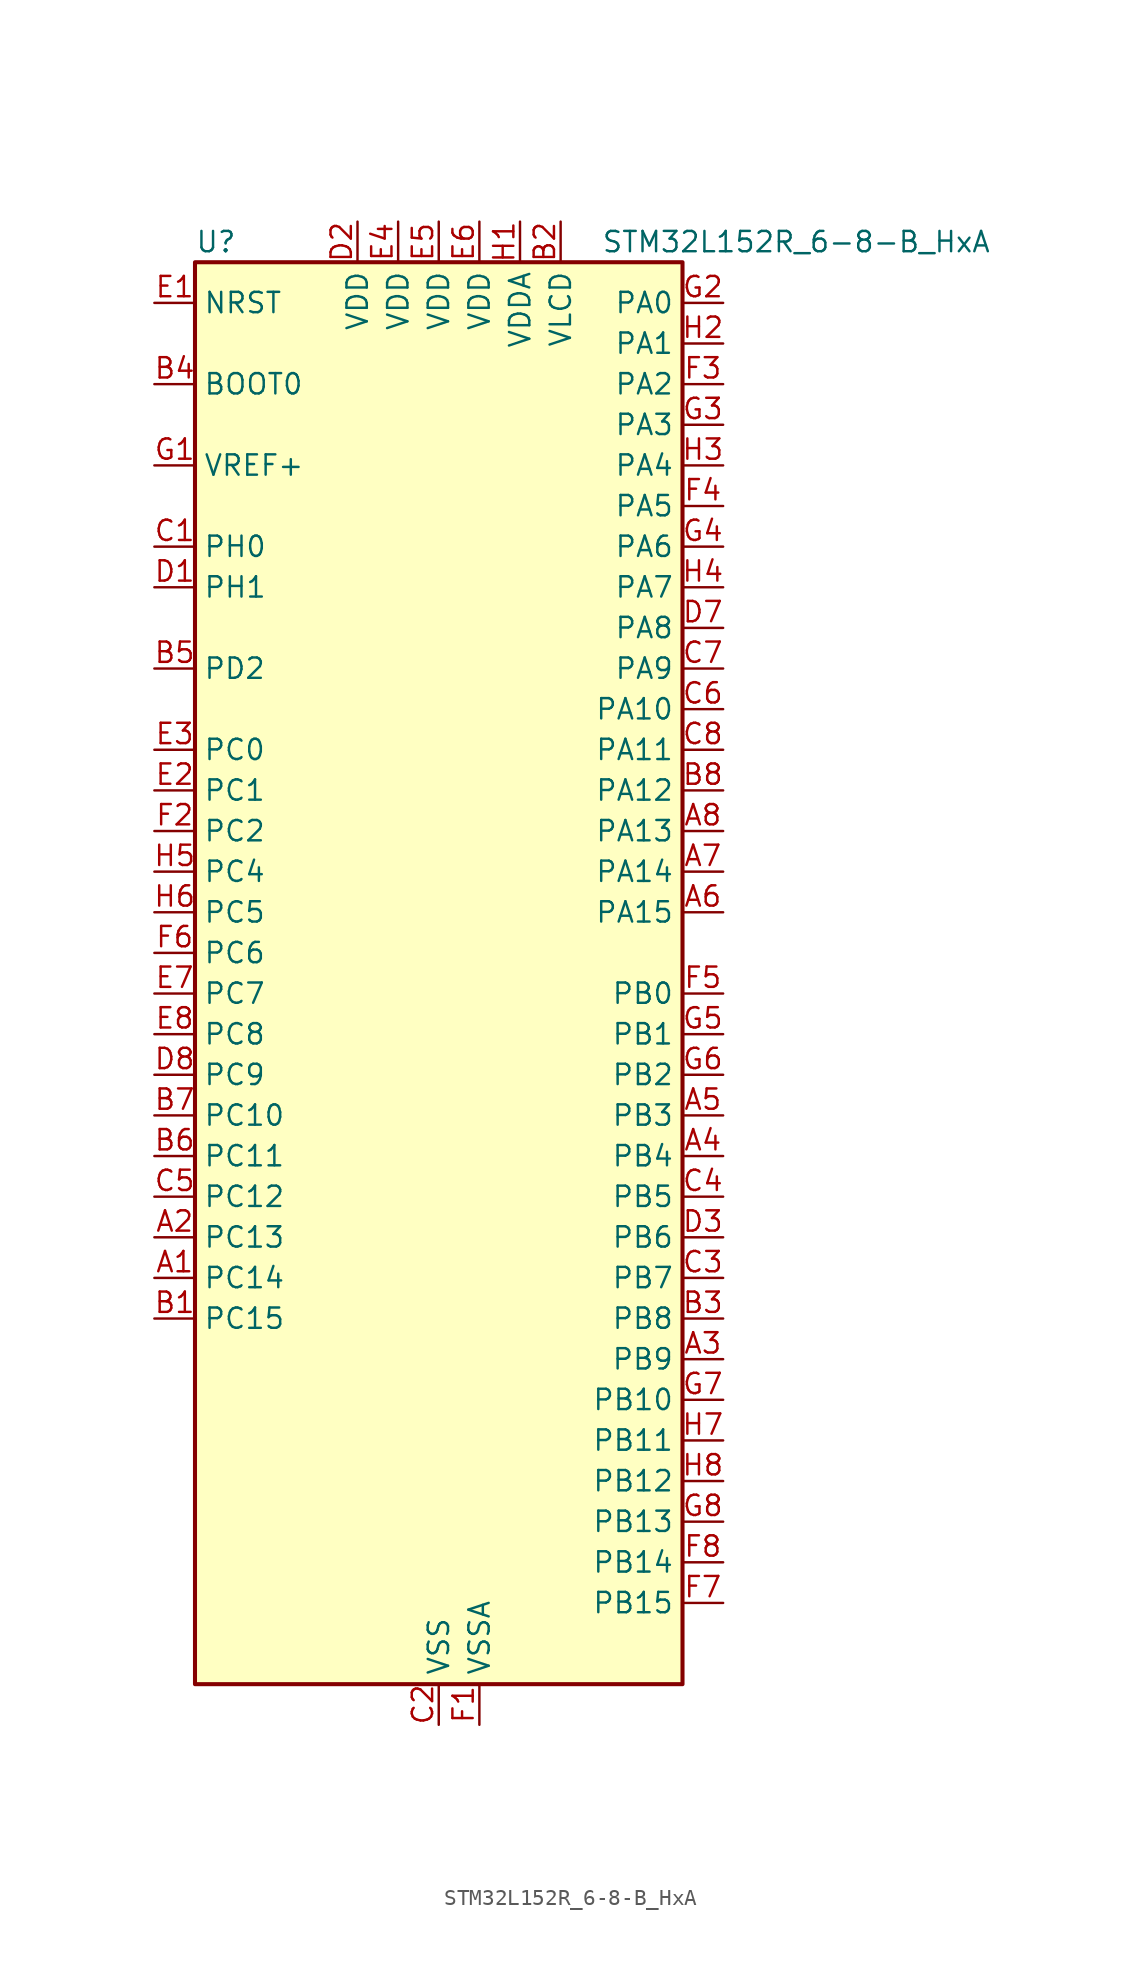
<source format=kicad_sym>
(kicad_symbol_lib
  (version 20231120)
  (generator "kicad-library-utils")
  (generator_version "8.0")
  (symbol "STM32L152R_6-8-B_HxA"
    (property "Reference" "U"
      (at -15.24 46.99 0)
      (effects (font (size 1.27 1.27)) (justify left)))
    (property "Value" "STM32L152R_6-8-B_HxA"
      (at 10.16 46.99 0)
      (effects (font (size 1.27 1.27)) (justify left)))
    (symbol "STM32L152R_6-8-B_HxA_0_1"
      (rectangle (start -15.24 -43.18) (end 15.24 45.72) (stroke (width 0.254) (type default)) (fill (type background))))
    (symbol "STM32L152R_6-8-B_HxA_1_1"
      (pin bidirectional line (at -17.78 -17.78 0) (length 2.54) (name "PC14" (effects (font (size 1.27 1.27)))) (number "A1" (effects (font (size 1.27 1.27)))) (alternate "RCC_OSC32_IN" bidirectional line) (alternate "TIMX_IC3" bidirectional line))
      (pin bidirectional line (at -17.78 -15.24 0) (length 2.54) (name "PC13" (effects (font (size 1.27 1.27)))) (number "A2" (effects (font (size 1.27 1.27)))) (alternate "RTC_OUT_ALARM" bidirectional line) (alternate "RTC_OUT_CALIB" bidirectional line) (alternate "RTC_TAMP1" bidirectional line) (alternate "RTC_TS" bidirectional line) (alternate "SYS_WKUP2" bidirectional line) (alternate "TIMX_IC2" bidirectional line))
      (pin bidirectional line (at 17.78 -22.86 180) (length 2.54) (name "PB9" (effects (font (size 1.27 1.27)))) (number "A3" (effects (font (size 1.27 1.27)))) (alternate "DAC_EXTI9" bidirectional line) (alternate "I2C1_SDA" bidirectional line) (alternate "LCD_COM3" bidirectional line) (alternate "TIM11_CH1" bidirectional line) (alternate "TIM4_CH4" bidirectional line))
      (pin bidirectional line (at 17.78 -10.16 180) (length 2.54) (name "PB4" (effects (font (size 1.27 1.27)))) (number "A4" (effects (font (size 1.27 1.27)))) (alternate "COMP2_INP" bidirectional line) (alternate "LCD_SEG8" bidirectional line) (alternate "SPI1_MISO" bidirectional line) (alternate "SYS_JTRST" bidirectional line) (alternate "TIM3_CH1" bidirectional line) (alternate "TS_G6_IO1" bidirectional line))
      (pin bidirectional line (at 17.78 -7.62 180) (length 2.54) (name "PB3" (effects (font (size 1.27 1.27)))) (number "A5" (effects (font (size 1.27 1.27)))) (alternate "COMP2_INM" bidirectional line) (alternate "LCD_SEG7" bidirectional line) (alternate "SPI1_SCK" bidirectional line) (alternate "SYS_JTDO-TRACESWO" bidirectional line) (alternate "TIM2_CH2" bidirectional line))
      (pin bidirectional line (at 17.78 5.08 180) (length 2.54) (name "PA15" (effects (font (size 1.27 1.27)))) (number "A6" (effects (font (size 1.27 1.27)))) (alternate "ADC_EXTI15" bidirectional line) (alternate "LCD_SEG17" bidirectional line) (alternate "SPI1_NSS" bidirectional line) (alternate "SYS_JTDI" bidirectional line) (alternate "TIM2_CH1" bidirectional line) (alternate "TIM2_ETR" bidirectional line) (alternate "TIMX_IC4" bidirectional line) (alternate "TS_G5_IO3" bidirectional line))
      (pin bidirectional line (at 17.78 7.62 180) (length 2.54) (name "PA14" (effects (font (size 1.27 1.27)))) (number "A7" (effects (font (size 1.27 1.27)))) (alternate "SYS_JTCK-SWCLK" bidirectional line) (alternate "TIMX_IC3" bidirectional line) (alternate "TS_G5_IO2" bidirectional line))
      (pin bidirectional line (at 17.78 10.16 180) (length 2.54) (name "PA13" (effects (font (size 1.27 1.27)))) (number "A8" (effects (font (size 1.27 1.27)))) (alternate "SYS_JTMS-SWDIO" bidirectional line) (alternate "TIMX_IC2" bidirectional line) (alternate "TS_G5_IO1" bidirectional line))
      (pin bidirectional line (at -17.78 -20.32 0) (length 2.54) (name "PC15" (effects (font (size 1.27 1.27)))) (number "B1" (effects (font (size 1.27 1.27)))) (alternate "ADC_EXTI15" bidirectional line) (alternate "RCC_OSC32_OUT" bidirectional line) (alternate "TIMX_IC4" bidirectional line))
      (pin power_in line (at 7.62 48.26 270) (length 2.54) (name "VLCD" (effects (font (size 1.27 1.27)))) (number "B2" (effects (font (size 1.27 1.27)))))
      (pin bidirectional line (at 17.78 -20.32 180) (length 2.54) (name "PB8" (effects (font (size 1.27 1.27)))) (number "B3" (effects (font (size 1.27 1.27)))) (alternate "I2C1_SCL" bidirectional line) (alternate "LCD_SEG16" bidirectional line) (alternate "TIM10_CH1" bidirectional line) (alternate "TIM4_CH3" bidirectional line))
      (pin input line (at -17.78 38.1 0) (length 2.54) (name "BOOT0" (effects (font (size 1.27 1.27)))) (number "B4" (effects (font (size 1.27 1.27)))))
      (pin bidirectional line (at -17.78 20.32 0) (length 2.54) (name "PD2" (effects (font (size 1.27 1.27)))) (number "B5" (effects (font (size 1.27 1.27)))) (alternate "LCD_COM7" bidirectional line) (alternate "LCD_SEG31" bidirectional line) (alternate "LCD_SEG43" bidirectional line) (alternate "TIM3_ETR" bidirectional line) (alternate "TIMX_IC3" bidirectional line))
      (pin bidirectional line (at -17.78 -10.16 0) (length 2.54) (name "PC11" (effects (font (size 1.27 1.27)))) (number "B6" (effects (font (size 1.27 1.27)))) (alternate "ADC_EXTI11" bidirectional line) (alternate "LCD_COM5" bidirectional line) (alternate "LCD_SEG29" bidirectional line) (alternate "LCD_SEG41" bidirectional line) (alternate "TIMX_IC4" bidirectional line) (alternate "USART3_RX" bidirectional line))
      (pin bidirectional line (at -17.78 -7.62 0) (length 2.54) (name "PC10" (effects (font (size 1.27 1.27)))) (number "B7" (effects (font (size 1.27 1.27)))) (alternate "LCD_COM4" bidirectional line) (alternate "LCD_SEG28" bidirectional line) (alternate "LCD_SEG40" bidirectional line) (alternate "TIMX_IC3" bidirectional line) (alternate "USART3_TX" bidirectional line))
      (pin bidirectional line (at 17.78 12.7 180) (length 2.54) (name "PA12" (effects (font (size 1.27 1.27)))) (number "B8" (effects (font (size 1.27 1.27)))) (alternate "SPI1_MOSI" bidirectional line) (alternate "TIMX_IC1" bidirectional line) (alternate "USART1_RTS" bidirectional line) (alternate "USB_DP" bidirectional line))
      (pin bidirectional line (at -17.78 27.94 0) (length 2.54) (name "PH0" (effects (font (size 1.27 1.27)))) (number "C1" (effects (font (size 1.27 1.27)))) (alternate "RCC_OSC_IN" bidirectional line))
      (pin power_in line (at 0 -45.72 90) (length 2.54) (name "VSS" (effects (font (size 1.27 1.27)))) (number "C2" (effects (font (size 1.27 1.27)))))
      (pin bidirectional line (at 17.78 -17.78 180) (length 2.54) (name "PB7" (effects (font (size 1.27 1.27)))) (number "C3" (effects (font (size 1.27 1.27)))) (alternate "I2C1_SDA" bidirectional line) (alternate "SYS_PVD_IN" bidirectional line) (alternate "TIM4_CH2" bidirectional line) (alternate "TS_G6_IO4" bidirectional line) (alternate "USART1_RX" bidirectional line))
      (pin bidirectional line (at 17.78 -12.7 180) (length 2.54) (name "PB5" (effects (font (size 1.27 1.27)))) (number "C4" (effects (font (size 1.27 1.27)))) (alternate "COMP2_INP" bidirectional line) (alternate "I2C1_SMBA" bidirectional line) (alternate "LCD_SEG9" bidirectional line) (alternate "SPI1_MOSI" bidirectional line) (alternate "TIM3_CH2" bidirectional line) (alternate "TS_G6_IO2" bidirectional line))
      (pin bidirectional line (at -17.78 -12.7 0) (length 2.54) (name "PC12" (effects (font (size 1.27 1.27)))) (number "C5" (effects (font (size 1.27 1.27)))) (alternate "LCD_COM6" bidirectional line) (alternate "LCD_SEG30" bidirectional line) (alternate "LCD_SEG42" bidirectional line) (alternate "TIMX_IC1" bidirectional line) (alternate "USART3_CK" bidirectional line))
      (pin bidirectional line (at 17.78 17.78 180) (length 2.54) (name "PA10" (effects (font (size 1.27 1.27)))) (number "C6" (effects (font (size 1.27 1.27)))) (alternate "LCD_COM2" bidirectional line) (alternate "TIMX_IC3" bidirectional line) (alternate "TS_G4_IO3" bidirectional line) (alternate "USART1_RX" bidirectional line))
      (pin bidirectional line (at 17.78 20.32 180) (length 2.54) (name "PA9" (effects (font (size 1.27 1.27)))) (number "C7" (effects (font (size 1.27 1.27)))) (alternate "DAC_EXTI9" bidirectional line) (alternate "LCD_COM1" bidirectional line) (alternate "TIMX_IC2" bidirectional line) (alternate "TS_G4_IO2" bidirectional line) (alternate "USART1_TX" bidirectional line))
      (pin bidirectional line (at 17.78 15.24 180) (length 2.54) (name "PA11" (effects (font (size 1.27 1.27)))) (number "C8" (effects (font (size 1.27 1.27)))) (alternate "ADC_EXTI11" bidirectional line) (alternate "SPI1_MISO" bidirectional line) (alternate "TIMX_IC4" bidirectional line) (alternate "USART1_CTS" bidirectional line) (alternate "USB_DM" bidirectional line))
      (pin bidirectional line (at -17.78 25.4 0) (length 2.54) (name "PH1" (effects (font (size 1.27 1.27)))) (number "D1" (effects (font (size 1.27 1.27)))) (alternate "RCC_OSC_OUT" bidirectional line))
      (pin power_in line (at -5.08 48.26 270) (length 2.54) (name "VDD" (effects (font (size 1.27 1.27)))) (number "D2" (effects (font (size 1.27 1.27)))))
      (pin bidirectional line (at 17.78 -15.24 180) (length 2.54) (name "PB6" (effects (font (size 1.27 1.27)))) (number "D3" (effects (font (size 1.27 1.27)))) (alternate "I2C1_SCL" bidirectional line) (alternate "TIM4_CH1" bidirectional line) (alternate "TS_G6_IO3" bidirectional line) (alternate "USART1_TX" bidirectional line))
      (pin passive line (at 0 -45.72 90) (length 2.54) hide (name "VSS" (effects (font (size 1.27 1.27)))) (number "D4" (effects (font (size 1.27 1.27)))))
      (pin passive line (at 0 -45.72 90) (length 2.54) hide (name "VSS" (effects (font (size 1.27 1.27)))) (number "D5" (effects (font (size 1.27 1.27)))))
      (pin passive line (at 0 -45.72 90) (length 2.54) hide (name "VSS" (effects (font (size 1.27 1.27)))) (number "D6" (effects (font (size 1.27 1.27)))))
      (pin bidirectional line (at 17.78 22.86 180) (length 2.54) (name "PA8" (effects (font (size 1.27 1.27)))) (number "D7" (effects (font (size 1.27 1.27)))) (alternate "LCD_COM0" bidirectional line) (alternate "RCC_MCO" bidirectional line) (alternate "TIMX_IC1" bidirectional line) (alternate "TS_G4_IO1" bidirectional line) (alternate "USART1_CK" bidirectional line))
      (pin bidirectional line (at -17.78 -5.08 0) (length 2.54) (name "PC9" (effects (font (size 1.27 1.27)))) (number "D8" (effects (font (size 1.27 1.27)))) (alternate "DAC_EXTI9" bidirectional line) (alternate "LCD_SEG27" bidirectional line) (alternate "TIM3_CH4" bidirectional line) (alternate "TIMX_IC2" bidirectional line) (alternate "TS_G10_IO4" bidirectional line))
      (pin input line (at -17.78 43.18 0) (length 2.54) (name "NRST" (effects (font (size 1.27 1.27)))) (number "E1" (effects (font (size 1.27 1.27)))))
      (pin bidirectional line (at -17.78 12.7 0) (length 2.54) (name "PC1" (effects (font (size 1.27 1.27)))) (number "E2" (effects (font (size 1.27 1.27)))) (alternate "ADC_IN11" bidirectional line) (alternate "COMP1_INP" bidirectional line) (alternate "LCD_SEG19" bidirectional line) (alternate "TIMX_IC2" bidirectional line) (alternate "TS_G8_IO2" bidirectional line))
      (pin bidirectional line (at -17.78 15.24 0) (length 2.54) (name "PC0" (effects (font (size 1.27 1.27)))) (number "E3" (effects (font (size 1.27 1.27)))) (alternate "ADC_IN10" bidirectional line) (alternate "COMP1_INP" bidirectional line) (alternate "LCD_SEG18" bidirectional line) (alternate "TIMX_IC1" bidirectional line) (alternate "TS_G8_IO1" bidirectional line))
      (pin power_in line (at -2.54 48.26 270) (length 2.54) (name "VDD" (effects (font (size 1.27 1.27)))) (number "E4" (effects (font (size 1.27 1.27)))))
      (pin power_in line (at 0 48.26 270) (length 2.54) (name "VDD" (effects (font (size 1.27 1.27)))) (number "E5" (effects (font (size 1.27 1.27)))))
      (pin power_in line (at 2.54 48.26 270) (length 2.54) (name "VDD" (effects (font (size 1.27 1.27)))) (number "E6" (effects (font (size 1.27 1.27)))))
      (pin bidirectional line (at -17.78 0 0) (length 2.54) (name "PC7" (effects (font (size 1.27 1.27)))) (number "E7" (effects (font (size 1.27 1.27)))) (alternate "LCD_SEG25" bidirectional line) (alternate "TIM3_CH2" bidirectional line) (alternate "TIMX_IC4" bidirectional line) (alternate "TS_G10_IO2" bidirectional line))
      (pin bidirectional line (at -17.78 -2.54 0) (length 2.54) (name "PC8" (effects (font (size 1.27 1.27)))) (number "E8" (effects (font (size 1.27 1.27)))) (alternate "LCD_SEG26" bidirectional line) (alternate "TIM3_CH3" bidirectional line) (alternate "TIMX_IC1" bidirectional line) (alternate "TS_G10_IO3" bidirectional line))
      (pin power_in line (at 2.54 -45.72 90) (length 2.54) (name "VSSA" (effects (font (size 1.27 1.27)))) (number "F1" (effects (font (size 1.27 1.27)))))
      (pin bidirectional line (at -17.78 10.16 0) (length 2.54) (name "PC2" (effects (font (size 1.27 1.27)))) (number "F2" (effects (font (size 1.27 1.27)))) (alternate "ADC_IN12" bidirectional line) (alternate "COMP1_INP" bidirectional line) (alternate "LCD_SEG20" bidirectional line) (alternate "TIMX_IC3" bidirectional line) (alternate "TS_G8_IO3" bidirectional line))
      (pin bidirectional line (at 17.78 38.1 180) (length 2.54) (name "PA2" (effects (font (size 1.27 1.27)))) (number "F3" (effects (font (size 1.27 1.27)))) (alternate "ADC_IN2" bidirectional line) (alternate "COMP1_INP" bidirectional line) (alternate "LCD_SEG1" bidirectional line) (alternate "TIM2_CH3" bidirectional line) (alternate "TIM9_CH1" bidirectional line) (alternate "TIMX_IC3" bidirectional line) (alternate "TS_G1_IO3" bidirectional line) (alternate "USART2_TX" bidirectional line))
      (pin bidirectional line (at 17.78 30.48 180) (length 2.54) (name "PA5" (effects (font (size 1.27 1.27)))) (number "F4" (effects (font (size 1.27 1.27)))) (alternate "ADC_IN5" bidirectional line) (alternate "COMP1_INP" bidirectional line) (alternate "DAC_OUT2" bidirectional line) (alternate "SPI1_SCK" bidirectional line) (alternate "TIM2_CH1" bidirectional line) (alternate "TIM2_ETR" bidirectional line) (alternate "TIMX_IC2" bidirectional line))
      (pin bidirectional line (at 17.78 0 180) (length 2.54) (name "PB0" (effects (font (size 1.27 1.27)))) (number "F5" (effects (font (size 1.27 1.27)))) (alternate "ADC_IN8" bidirectional line) (alternate "COMP1_INP" bidirectional line) (alternate "LCD_SEG5" bidirectional line) (alternate "SYS_V_REF_OUT" bidirectional line) (alternate "TIM3_CH3" bidirectional line) (alternate "TS_G3_IO1" bidirectional line))
      (pin bidirectional line (at -17.78 2.54 0) (length 2.54) (name "PC6" (effects (font (size 1.27 1.27)))) (number "F6" (effects (font (size 1.27 1.27)))) (alternate "LCD_SEG24" bidirectional line) (alternate "TIM3_CH1" bidirectional line) (alternate "TIMX_IC3" bidirectional line) (alternate "TS_G10_IO1" bidirectional line))
      (pin bidirectional line (at 17.78 -38.1 180) (length 2.54) (name "PB15" (effects (font (size 1.27 1.27)))) (number "F7" (effects (font (size 1.27 1.27)))) (alternate "ADC_EXTI15" bidirectional line) (alternate "ADC_IN21" bidirectional line) (alternate "COMP1_INP" bidirectional line) (alternate "LCD_SEG15" bidirectional line) (alternate "RTC_REFIN" bidirectional line) (alternate "SPI2_MOSI" bidirectional line) (alternate "TIM11_CH1" bidirectional line) (alternate "TS_G7_IO4" bidirectional line))
      (pin bidirectional line (at 17.78 -35.56 180) (length 2.54) (name "PB14" (effects (font (size 1.27 1.27)))) (number "F8" (effects (font (size 1.27 1.27)))) (alternate "ADC_IN20" bidirectional line) (alternate "COMP1_INP" bidirectional line) (alternate "LCD_SEG14" bidirectional line) (alternate "SPI2_MISO" bidirectional line) (alternate "TIM9_CH2" bidirectional line) (alternate "TS_G7_IO3" bidirectional line) (alternate "USART3_RTS" bidirectional line))
      (pin input line (at -17.78 33.02 0) (length 2.54) (name "VREF+" (effects (font (size 1.27 1.27)))) (number "G1" (effects (font (size 1.27 1.27)))))
      (pin bidirectional line (at 17.78 43.18 180) (length 2.54) (name "PA0" (effects (font (size 1.27 1.27)))) (number "G2" (effects (font (size 1.27 1.27)))) (alternate "ADC_IN0" bidirectional line) (alternate "COMP1_INP" bidirectional line) (alternate "RTC_TAMP2" bidirectional line) (alternate "SYS_WKUP1" bidirectional line) (alternate "TIM2_CH1" bidirectional line) (alternate "TIM2_ETR" bidirectional line) (alternate "TIMX_IC1" bidirectional line) (alternate "TS_G1_IO1" bidirectional line) (alternate "USART2_CTS" bidirectional line))
      (pin bidirectional line (at 17.78 35.56 180) (length 2.54) (name "PA3" (effects (font (size 1.27 1.27)))) (number "G3" (effects (font (size 1.27 1.27)))) (alternate "ADC_IN3" bidirectional line) (alternate "COMP1_INP" bidirectional line) (alternate "LCD_SEG2" bidirectional line) (alternate "TIM2_CH4" bidirectional line) (alternate "TIM9_CH2" bidirectional line) (alternate "TIMX_IC4" bidirectional line) (alternate "TS_G1_IO4" bidirectional line) (alternate "USART2_RX" bidirectional line))
      (pin bidirectional line (at 17.78 27.94 180) (length 2.54) (name "PA6" (effects (font (size 1.27 1.27)))) (number "G4" (effects (font (size 1.27 1.27)))) (alternate "ADC_IN6" bidirectional line) (alternate "COMP1_INP" bidirectional line) (alternate "LCD_SEG3" bidirectional line) (alternate "SPI1_MISO" bidirectional line) (alternate "TIM10_CH1" bidirectional line) (alternate "TIM3_CH1" bidirectional line) (alternate "TIMX_IC3" bidirectional line) (alternate "TS_G2_IO1" bidirectional line))
      (pin bidirectional line (at 17.78 -2.54 180) (length 2.54) (name "PB1" (effects (font (size 1.27 1.27)))) (number "G5" (effects (font (size 1.27 1.27)))) (alternate "ADC_IN9" bidirectional line) (alternate "COMP1_INP" bidirectional line) (alternate "LCD_SEG6" bidirectional line) (alternate "SYS_V_REF_OUT" bidirectional line) (alternate "TIM3_CH4" bidirectional line) (alternate "TS_G3_IO2" bidirectional line))
      (pin bidirectional line (at 17.78 -5.08 180) (length 2.54) (name "PB2" (effects (font (size 1.27 1.27)))) (number "G6" (effects (font (size 1.27 1.27)))) (alternate "TS_G3_IO3" bidirectional line))
      (pin bidirectional line (at 17.78 -25.4 180) (length 2.54) (name "PB10" (effects (font (size 1.27 1.27)))) (number "G7" (effects (font (size 1.27 1.27)))) (alternate "I2C2_SCL" bidirectional line) (alternate "LCD_SEG10" bidirectional line) (alternate "TIM2_CH3" bidirectional line) (alternate "USART3_TX" bidirectional line))
      (pin bidirectional line (at 17.78 -33.02 180) (length 2.54) (name "PB13" (effects (font (size 1.27 1.27)))) (number "G8" (effects (font (size 1.27 1.27)))) (alternate "ADC_IN19" bidirectional line) (alternate "COMP1_INP" bidirectional line) (alternate "LCD_SEG13" bidirectional line) (alternate "SPI2_SCK" bidirectional line) (alternate "TIM9_CH1" bidirectional line) (alternate "TS_G7_IO2" bidirectional line) (alternate "USART3_CTS" bidirectional line))
      (pin power_in line (at 5.08 48.26 270) (length 2.54) (name "VDDA" (effects (font (size 1.27 1.27)))) (number "H1" (effects (font (size 1.27 1.27)))))
      (pin bidirectional line (at 17.78 40.64 180) (length 2.54) (name "PA1" (effects (font (size 1.27 1.27)))) (number "H2" (effects (font (size 1.27 1.27)))) (alternate "ADC_IN1" bidirectional line) (alternate "COMP1_INP" bidirectional line) (alternate "LCD_SEG0" bidirectional line) (alternate "TIM2_CH2" bidirectional line) (alternate "TIMX_IC2" bidirectional line) (alternate "TS_G1_IO2" bidirectional line) (alternate "USART2_RTS" bidirectional line))
      (pin bidirectional line (at 17.78 33.02 180) (length 2.54) (name "PA4" (effects (font (size 1.27 1.27)))) (number "H3" (effects (font (size 1.27 1.27)))) (alternate "ADC_IN4" bidirectional line) (alternate "COMP1_INP" bidirectional line) (alternate "DAC_OUT1" bidirectional line) (alternate "SPI1_NSS" bidirectional line) (alternate "TIMX_IC1" bidirectional line) (alternate "USART2_CK" bidirectional line))
      (pin bidirectional line (at 17.78 25.4 180) (length 2.54) (name "PA7" (effects (font (size 1.27 1.27)))) (number "H4" (effects (font (size 1.27 1.27)))) (alternate "ADC_IN7" bidirectional line) (alternate "COMP1_INP" bidirectional line) (alternate "LCD_SEG4" bidirectional line) (alternate "SPI1_MOSI" bidirectional line) (alternate "TIM11_CH1" bidirectional line) (alternate "TIM3_CH2" bidirectional line) (alternate "TIMX_IC4" bidirectional line) (alternate "TS_G2_IO2" bidirectional line))
      (pin bidirectional line (at -17.78 7.62 0) (length 2.54) (name "PC4" (effects (font (size 1.27 1.27)))) (number "H5" (effects (font (size 1.27 1.27)))) (alternate "ADC_IN14" bidirectional line) (alternate "COMP1_INP" bidirectional line) (alternate "LCD_SEG22" bidirectional line) (alternate "TIMX_IC1" bidirectional line) (alternate "TS_G9_IO1" bidirectional line))
      (pin bidirectional line (at -17.78 5.08 0) (length 2.54) (name "PC5" (effects (font (size 1.27 1.27)))) (number "H6" (effects (font (size 1.27 1.27)))) (alternate "ADC_IN15" bidirectional line) (alternate "COMP1_INP" bidirectional line) (alternate "LCD_SEG23" bidirectional line) (alternate "TIMX_IC2" bidirectional line) (alternate "TS_G9_IO2" bidirectional line))
      (pin bidirectional line (at 17.78 -27.94 180) (length 2.54) (name "PB11" (effects (font (size 1.27 1.27)))) (number "H7" (effects (font (size 1.27 1.27)))) (alternate "ADC_EXTI11" bidirectional line) (alternate "I2C2_SDA" bidirectional line) (alternate "LCD_SEG11" bidirectional line) (alternate "TIM2_CH4" bidirectional line) (alternate "USART3_RX" bidirectional line))
      (pin bidirectional line (at 17.78 -30.48 180) (length 2.54) (name "PB12" (effects (font (size 1.27 1.27)))) (number "H8" (effects (font (size 1.27 1.27)))) (alternate "ADC_IN18" bidirectional line) (alternate "COMP1_INP" bidirectional line) (alternate "I2C2_SMBA" bidirectional line) (alternate "LCD_SEG12" bidirectional line) (alternate "SPI2_NSS" bidirectional line) (alternate "TIM10_CH1" bidirectional line) (alternate "TS_G7_IO1" bidirectional line) (alternate "USART3_CK" bidirectional line)))))
</source>
